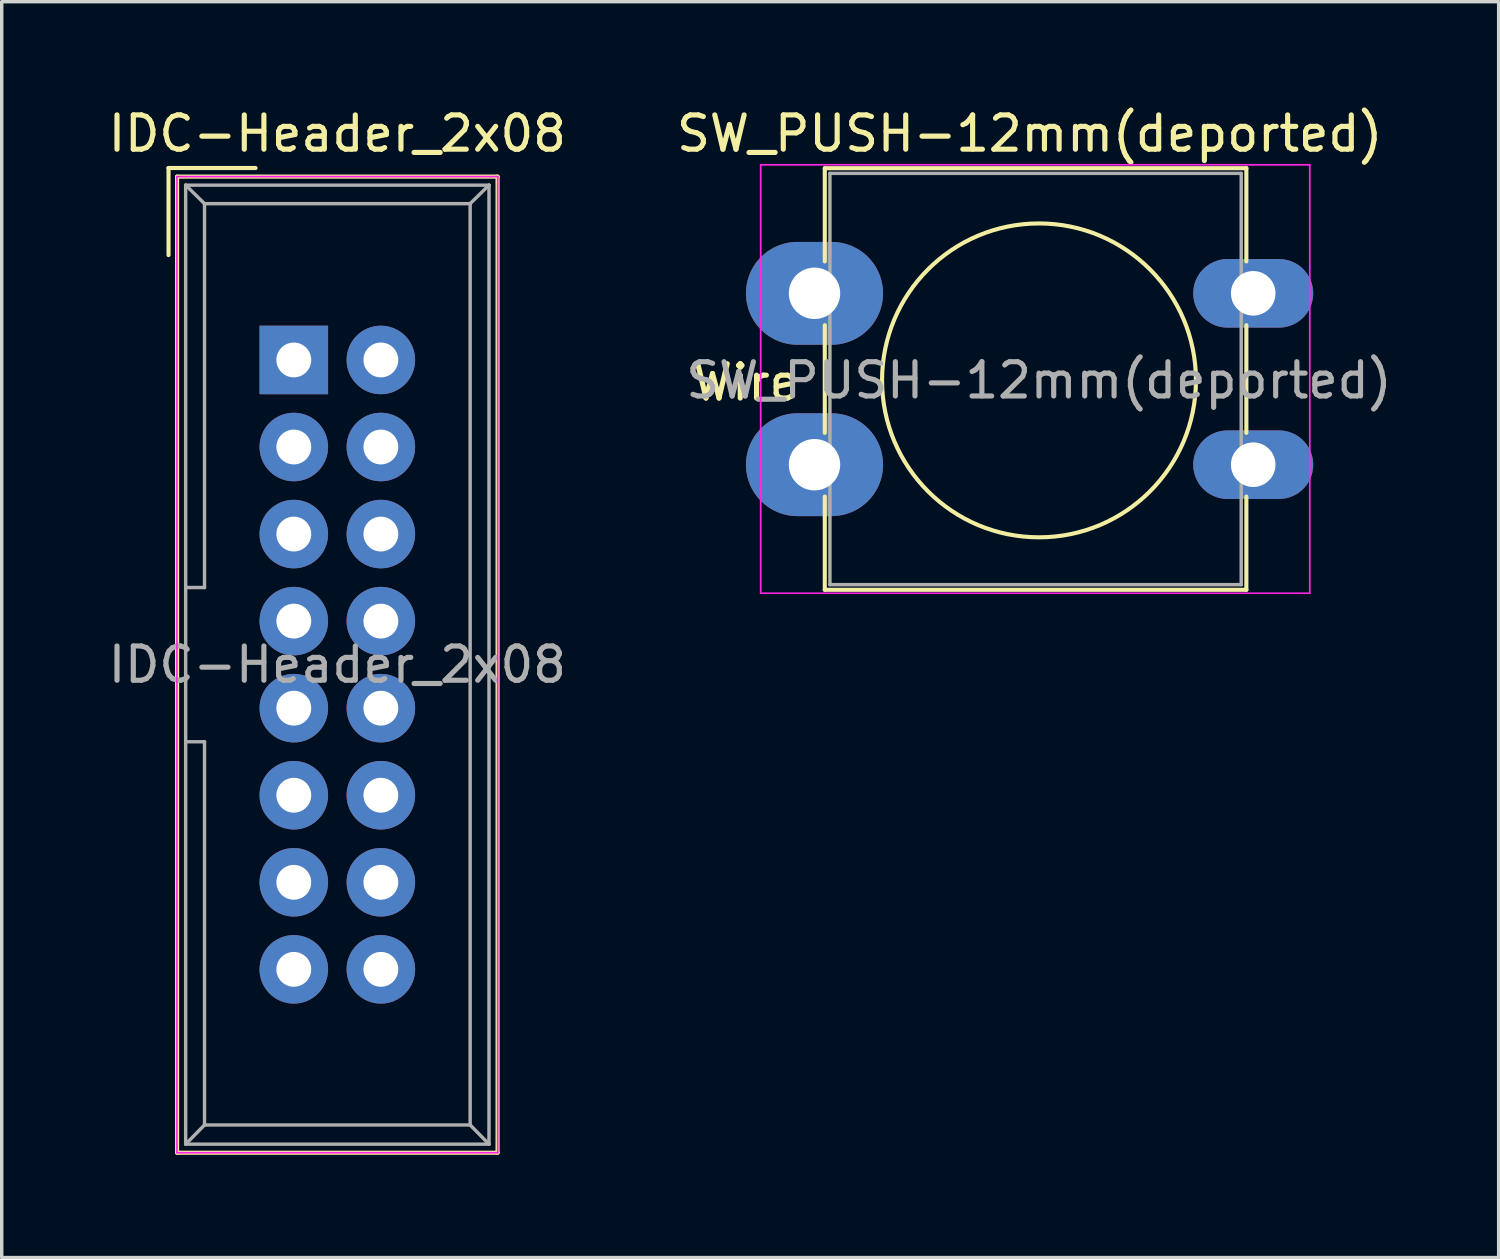
<source format=kicad_pcb>
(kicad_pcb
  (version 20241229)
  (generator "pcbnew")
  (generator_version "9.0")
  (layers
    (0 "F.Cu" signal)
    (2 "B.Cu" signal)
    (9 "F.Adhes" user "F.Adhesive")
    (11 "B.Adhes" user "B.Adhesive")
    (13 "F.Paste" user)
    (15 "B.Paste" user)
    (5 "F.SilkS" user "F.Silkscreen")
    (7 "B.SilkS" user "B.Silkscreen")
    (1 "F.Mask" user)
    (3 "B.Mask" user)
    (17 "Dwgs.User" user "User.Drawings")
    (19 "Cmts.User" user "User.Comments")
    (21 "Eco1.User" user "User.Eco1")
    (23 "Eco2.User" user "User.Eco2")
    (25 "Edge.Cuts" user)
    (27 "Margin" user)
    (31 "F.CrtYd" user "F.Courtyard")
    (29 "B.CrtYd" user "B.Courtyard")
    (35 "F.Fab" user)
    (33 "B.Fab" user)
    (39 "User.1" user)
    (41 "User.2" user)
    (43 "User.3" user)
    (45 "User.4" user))
  (footprint "SW_PUSH-12mm(deported)"
    (layer "F.Cu")
    (at 20.914 5.508)
    (property "Reference" "SW_PUSH-12mm(deported)" (at 6.08 -4.66 0) (layer "F.SilkS") (effects (font (size 1 1) (thickness 0.15))))
    (attr through_hole)
    (fp_line (start 0.1 -3.65) (end 12.4 -3.65) (stroke (width 0.12) (type solid)) (layer "F.SilkS"))
    (fp_line (start 0.1 -0.93) (end 0.1 -3.65) (stroke (width 0.12) (type solid)) (layer "F.SilkS"))
    (fp_line (start 0.1 4.07) (end 0.1 0.93) (stroke (width 0.12) (type solid)) (layer "F.SilkS"))
    (fp_line (start 0.1 8.65) (end 0.1 5.93) (stroke (width 0.12) (type solid)) (layer "F.SilkS"))
    (fp_line (start 12.4 -3.65) (end 12.4 -0.93) (stroke (width 0.12) (type solid)) (layer "F.SilkS"))
    (fp_line (start 12.4 0.93) (end 12.4 4.07) (stroke (width 0.12) (type solid)) (layer "F.SilkS"))
    (fp_line (start 12.4 5.93) (end 12.4 8.65) (stroke (width 0.12) (type solid)) (layer "F.SilkS"))
    (fp_line (start 12.4 8.65) (end 0.1 8.65) (stroke (width 0.12) (type solid)) (layer "F.SilkS"))
    (fp_circle (center 6.35 2.54) (end 10.16 5.08) (stroke (width 0.12) (type solid)) (fill no) (layer "F.SilkS"))
    (fp_line (start -1.77 -3.75) (end -1.77 8.75) (stroke (width 0.05) (type solid)) (layer "F.CrtYd"))
    (fp_line (start -1.77 -3.75) (end 14.25 -3.75) (stroke (width 0.05) (type solid)) (layer "F.CrtYd"))
    (fp_line (start 14.25 8.75) (end -1.77 8.75) (stroke (width 0.05) (type solid)) (layer "F.CrtYd"))
    (fp_line (start 14.25 8.75) (end 14.25 -3.75) (stroke (width 0.05) (type solid)) (layer "F.CrtYd"))
    (fp_line (start 0.25 -3.5) (end 0.25 8.5) (stroke (width 0.1) (type solid)) (layer "F.Fab"))
    (fp_line (start 0.25 -3.5) (end 12.25 -3.5) (stroke (width 0.1) (type solid)) (layer "F.Fab"))
    (fp_line (start 0.25 8.5) (end 12.25 8.5) (stroke (width 0.1) (type solid)) (layer "F.Fab"))
    (fp_line (start 12.25 -3.5) (end 12.25 8.5) (stroke (width 0.1) (type solid)) (layer "F.Fab"))
    (fp_text user "Wire" (at -2.2 2.6 0) (layer "F.SilkS") (effects (font (size 1 1) (thickness 0.15))))
    (fp_text user "${REFERENCE}" (at 6.35 2.54 0) (layer "F.Fab") (effects (font (size 1 1) (thickness 0.15))))
    (pad "1" thru_hole oval (at -0.2 0) (size 4 3) (drill 1.5) (layers "*.Cu" "*.Mask"))
    (pad "1" thru_hole oval (at 12.6 0) (size 3.5 2) (drill 1.3) (layers "*.Cu" "*.Mask"))
    (pad "2" thru_hole oval (at -0.2 5) (size 4 3) (drill 1.5) (layers "*.Cu" "*.Mask"))
    (pad "2" thru_hole oval (at 12.6 5) (size 3.5 2) (drill 1.3) (layers "*.Cu" "*.Mask")))
  (footprint "IDC-Header_2x08"
    (layer "F.Cu")
    (at 5.522 7.452)
    (property "Reference" "IDC-Header_2x08" (at 1.27 -6.604 0) (layer "F.SilkS") (effects (font (size 1 1) (thickness 0.15))))
    (attr through_hole)
    (fp_line (start -3.655 -5.6) (end -3.655 -3.06) (stroke (width 0.12) (type solid)) (layer "F.SilkS"))
    (fp_line (start -3.655 -5.6) (end -1.115 -5.6) (stroke (width 0.12) (type solid)) (layer "F.SilkS"))
    (fp_line (start -3.405 -5.35) (end 5.945 -5.35) (stroke (width 0.12) (type solid)) (layer "F.SilkS"))
    (fp_line (start -3.405 23.13) (end -3.405 -5.35) (stroke (width 0.12) (type solid)) (layer "F.SilkS"))
    (fp_line (start 5.945 -5.35) (end 5.945 23.13) (stroke (width 0.12) (type solid)) (layer "F.SilkS"))
    (fp_line (start 5.945 23.13) (end -3.405 23.13) (stroke (width 0.12) (type solid)) (layer "F.SilkS"))
    (fp_line (start -3.41 -5.35) (end 5.95 -5.35) (stroke (width 0.05) (type solid)) (layer "F.CrtYd"))
    (fp_line (start -3.41 23.13) (end -3.41 -5.35) (stroke (width 0.05) (type solid)) (layer "F.CrtYd"))
    (fp_line (start 5.95 -5.35) (end 5.95 23.13) (stroke (width 0.05) (type solid)) (layer "F.CrtYd"))
    (fp_line (start 5.95 23.13) (end -3.41 23.13) (stroke (width 0.05) (type solid)) (layer "F.CrtYd"))
    (fp_line (start -3.155 -5.1) (end -3.155 22.88) (stroke (width 0.1) (type solid)) (layer "F.Fab"))
    (fp_line (start -3.155 -5.1) (end -2.605 -4.56) (stroke (width 0.1) (type solid)) (layer "F.Fab"))
    (fp_line (start -3.155 22.88) (end -2.605 22.32) (stroke (width 0.1) (type solid)) (layer "F.Fab"))
    (fp_line (start -2.605 -4.56) (end -2.605 6.64) (stroke (width 0.1) (type solid)) (layer "F.Fab"))
    (fp_line (start -2.605 6.64) (end -3.155 6.64) (stroke (width 0.1) (type solid)) (layer "F.Fab"))
    (fp_line (start -2.605 11.14) (end -3.155 11.14) (stroke (width 0.1) (type solid)) (layer "F.Fab"))
    (fp_line (start -2.605 11.14) (end -2.605 22.32) (stroke (width 0.1) (type solid)) (layer "F.Fab"))
    (fp_line (start 5.145 -4.56) (end -2.605 -4.56) (stroke (width 0.1) (type solid)) (layer "F.Fab"))
    (fp_line (start 5.145 -4.56) (end 5.145 22.32) (stroke (width 0.1) (type solid)) (layer "F.Fab"))
    (fp_line (start 5.145 22.32) (end -2.605 22.32) (stroke (width 0.1) (type solid)) (layer "F.Fab"))
    (fp_line (start 5.695 -5.1) (end -3.155 -5.1) (stroke (width 0.1) (type solid)) (layer "F.Fab"))
    (fp_line (start 5.695 -5.1) (end 5.145 -4.56) (stroke (width 0.1) (type solid)) (layer "F.Fab"))
    (fp_line (start 5.695 -5.1) (end 5.695 22.88) (stroke (width 0.1) (type solid)) (layer "F.Fab"))
    (fp_line (start 5.695 22.88) (end -3.155 22.88) (stroke (width 0.1) (type solid)) (layer "F.Fab"))
    (fp_line (start 5.695 22.88) (end 5.145 22.32) (stroke (width 0.1) (type solid)) (layer "F.Fab"))
    (fp_text user "${REFERENCE}" (at 1.27 8.89 0) (layer "F.Fab") (effects (font (size 1 1) (thickness 0.15))))
    (pad "1" thru_hole rect (at 0 0) (size 2 2) (drill 1.016) (layers "*.Cu" "*.Mask"))
    (pad "2" thru_hole circle (at 2.54 0) (size 2 2) (drill 1.016) (layers "*.Cu" "*.Mask"))
    (pad "3" thru_hole circle (at 0 2.54) (size 2 2) (drill 1.016) (layers "*.Cu" "*.Mask"))
    (pad "4" thru_hole circle (at 2.54 2.54) (size 2 2) (drill 1.016) (layers "*.Cu" "*.Mask"))
    (pad "5" thru_hole circle (at 0 5.08) (size 2 2) (drill 1.016) (layers "*.Cu" "*.Mask"))
    (pad "6" thru_hole circle (at 2.54 5.08) (size 2 2) (drill 1.016) (layers "*.Cu" "*.Mask"))
    (pad "7" thru_hole circle (at 0 7.62) (size 2 2) (drill 1.016) (layers "*.Cu" "*.Mask"))
    (pad "8" thru_hole circle (at 2.54 7.62) (size 2 2) (drill 1.016) (layers "*.Cu" "*.Mask"))
    (pad "9" thru_hole circle (at 0 10.16) (size 2 2) (drill 1.016) (layers "*.Cu" "*.Mask"))
    (pad "10" thru_hole circle (at 2.54 10.16) (size 2 2) (drill 1.016) (layers "*.Cu" "*.Mask"))
    (pad "11" thru_hole circle (at 0 12.7) (size 2 2) (drill 1.016) (layers "*.Cu" "*.Mask"))
    (pad "12" thru_hole circle (at 2.54 12.7) (size 2 2) (drill 1.016) (layers "*.Cu" "*.Mask"))
    (pad "13" thru_hole circle (at 0 15.24) (size 2 2) (drill 1.016) (layers "*.Cu" "*.Mask"))
    (pad "14" thru_hole circle (at 2.54 15.24) (size 2 2) (drill 1.016) (layers "*.Cu" "*.Mask"))
    (pad "15" thru_hole circle (at 0 17.78) (size 2 2) (drill 1.016) (layers "*.Cu" "*.Mask"))
    (pad "16" thru_hole circle (at 2.54 17.78) (size 2 2) (drill 1.016) (layers "*.Cu" "*.Mask")))
  (gr_rect
    (start -3 -3)
    (end 40.675 33.642)
    (stroke (width 0.1) (type default))
    (fill no)
    (layer "Edge.Cuts")))
</source>
